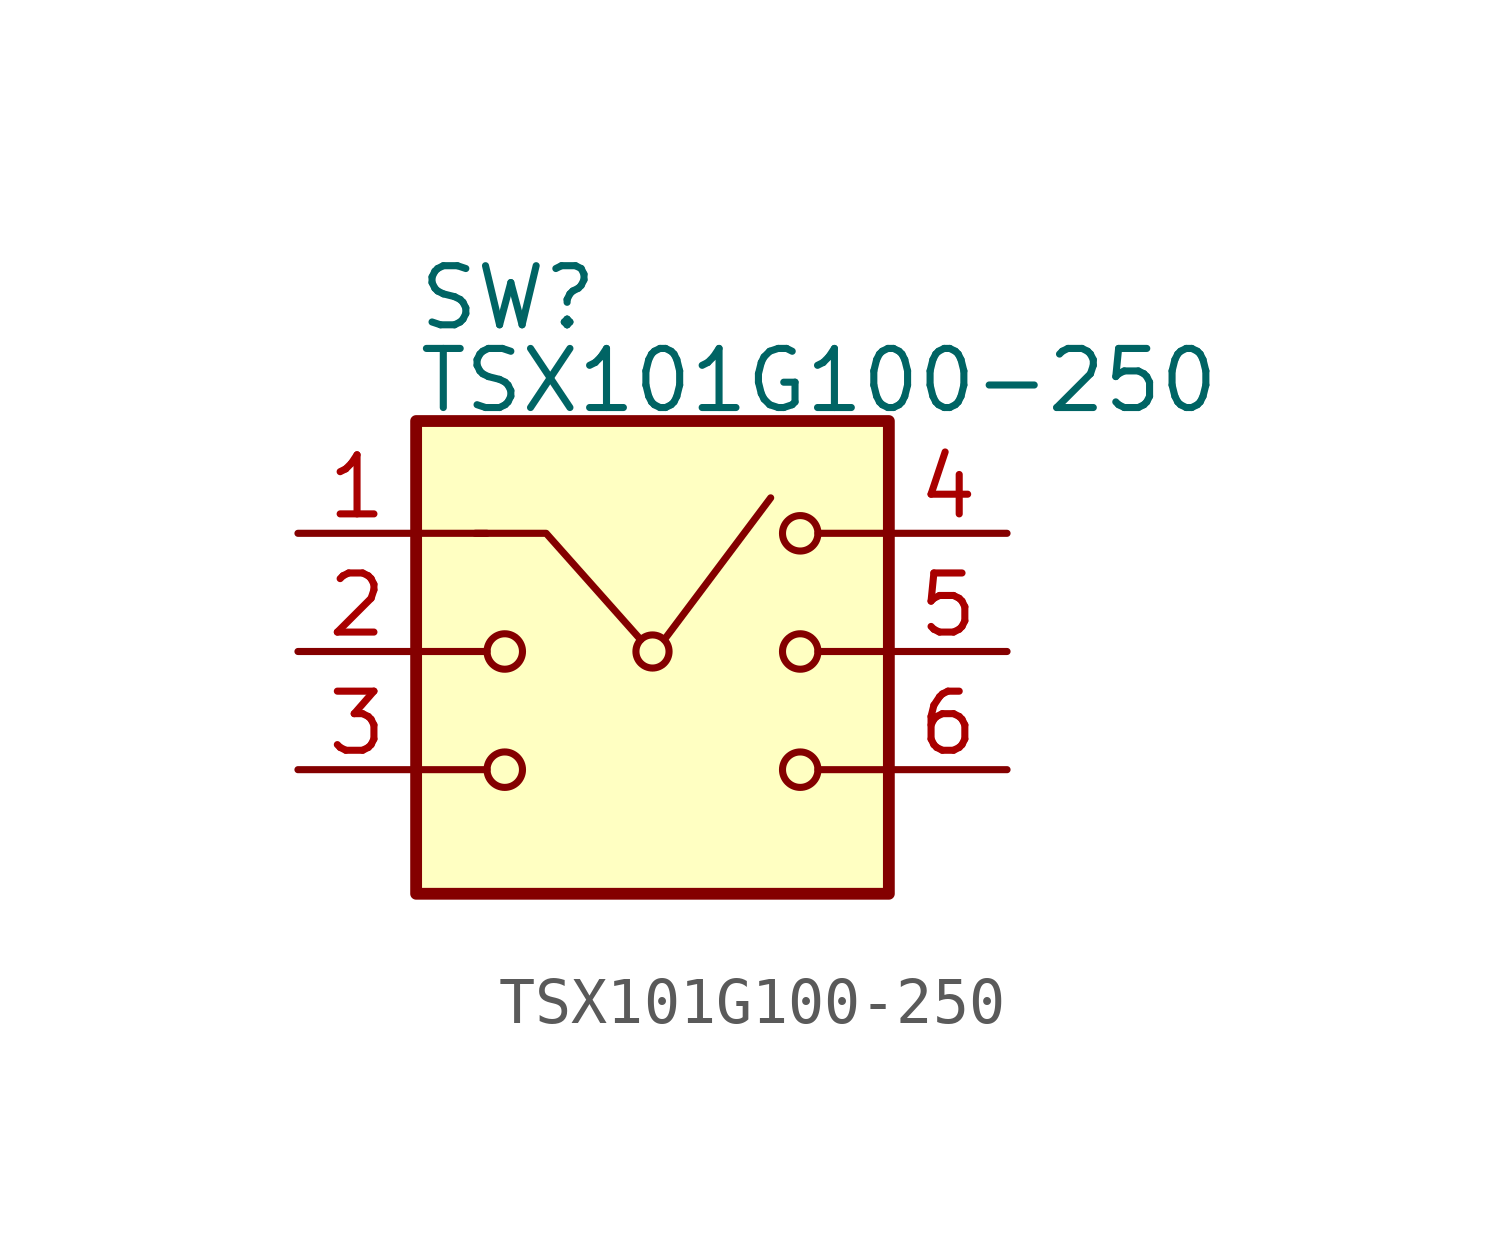
<source format=kicad_sym>
(kicad_symbol_lib
  (version 20241209)
  (generator "kicad_symbol_editor")
  (generator_version "9.0")
  (symbol "TSX101G100-250"
    (pin_names
      (offset 0)
      (hide yes))
    (property "Reference" "SW"
      (at -5.08 6.858 0)
      (effects (font (size 1.27 1.27)) (justify left bottom)))
    (property "Value" "TSX101G100-250"
      (at -5.08 5.08 0)
      (effects (font (size 1.27 1.27)) (justify left bottom)))
    (symbol "TSX101G100-250_0_1"
      (rectangle (start -5.08 4.953) (end 5.08 -5.207) (stroke (width 0.254) (type default)) (fill (type background)))
      (polyline (pts (xy -5.08 2.54) (xy -3.556 2.54)) (stroke (width 0) (type default)) (fill (type none)))
      (polyline (pts (xy -5.08 0) (xy -3.556 0)) (stroke (width 0) (type default)) (fill (type none)))
      (polyline (pts (xy -5.08 -2.54) (xy -3.556 -2.54)) (stroke (width 0) (type default)) (fill (type none)))
      (circle (center -3.175 0) (radius 0.381) (stroke (width 0) (type default)) (fill (type none)))
      (circle (center -3.175 -2.54) (radius 0.381) (stroke (width 0) (type default)) (fill (type none)))
      (polyline (pts (xy -0.254 0.254) (xy -2.286 2.54) (xy -3.81 2.54)) (stroke (width 0) (type default)) (fill (type none)))
      (circle (center 0 0) (radius 0.356) (stroke (width 0) (type default)) (fill (type none)))
      (polyline (pts (xy 0.254 0.254) (xy 2.54 3.302)) (stroke (width 0) (type default)) (fill (type none)))
      (circle (center 3.175 2.54) (radius 0.381) (stroke (width 0) (type default)) (fill (type none)))
      (circle (center 3.175 0) (radius 0.381) (stroke (width 0) (type default)) (fill (type none)))
      (circle (center 3.175 -2.54) (radius 0.381) (stroke (width 0) (type default)) (fill (type none)))
      (polyline (pts (xy 3.556 2.54) (xy 5.08 2.54)) (stroke (width 0) (type default)) (fill (type none)))
      (polyline (pts (xy 3.556 0) (xy 5.08 0)) (stroke (width 0) (type default)) (fill (type none)))
      (polyline (pts (xy 3.556 -2.54) (xy 5.08 -2.54)) (stroke (width 0) (type default)) (fill (type none))))
    (symbol "TSX101G100-250_1_1"
      (pin passive line (at -7.62 2.54 0) (length 2.54) (name "1" (effects (font (size 1.27 1.27)))) (number "1" (effects (font (size 1.27 1.27)))))
      (pin passive line (at -7.62 0 0) (length 2.54) (name "2" (effects (font (size 1.27 1.27)))) (number "2" (effects (font (size 1.27 1.27)))))
      (pin passive line (at -7.62 -2.54 0) (length 2.54) (name "3" (effects (font (size 1.27 1.27)))) (number "3" (effects (font (size 1.27 1.27)))))
      (pin passive line (at 7.62 2.54 180) (length 2.54) (name "4" (effects (font (size 1.27 1.27)))) (number "4" (effects (font (size 1.27 1.27)))))
      (pin passive line (at 7.62 0 180) (length 2.54) (name "5" (effects (font (size 1.27 1.27)))) (number "5" (effects (font (size 1.27 1.27)))))
      (pin passive line (at 7.62 -2.54 180) (length 2.54) (name "6" (effects (font (size 1.27 1.27)))) (number "6" (effects (font (size 1.27 1.27))))))))
</source>
